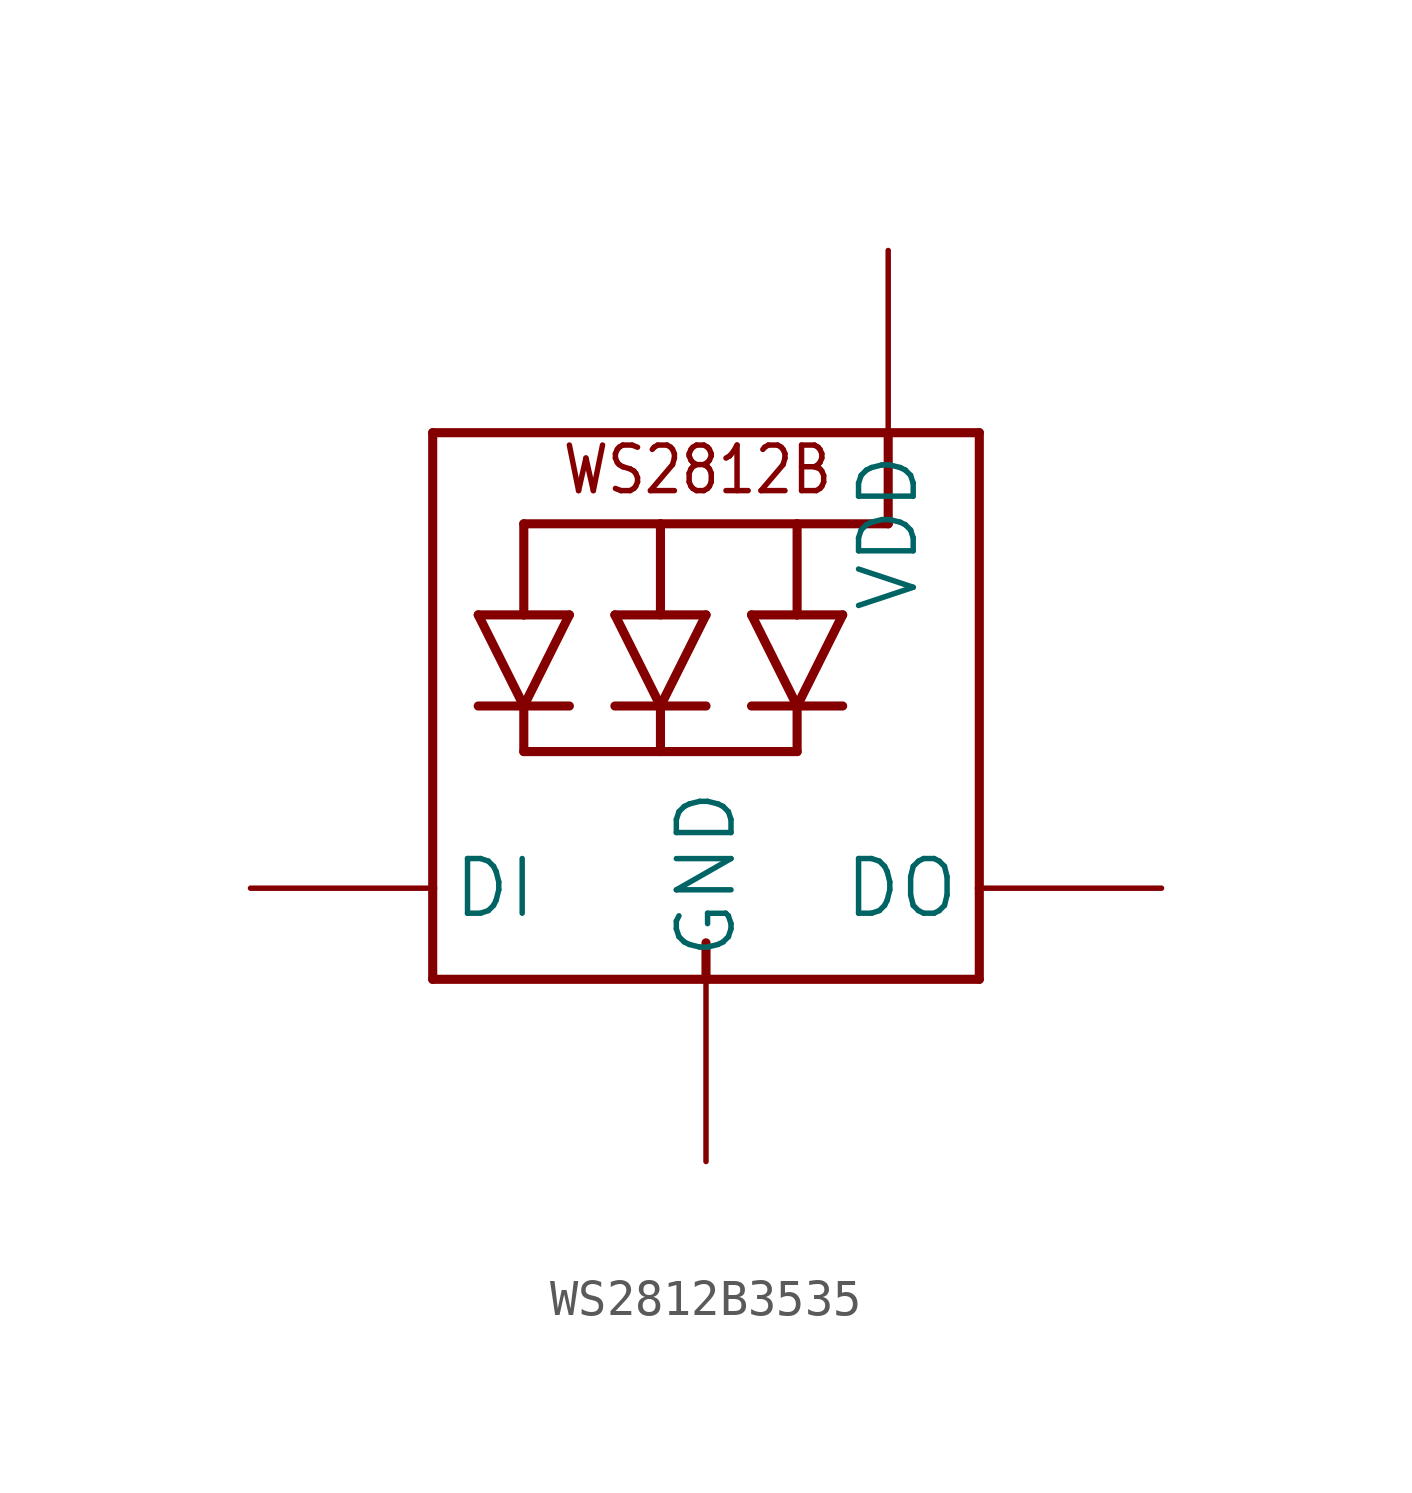
<source format=kicad_sym>
(kicad_symbol_lib
  (version 20241209)
  (generator "kicad_symbol_editor")
  (generator_version "9.0")
  (symbol "WS2812B3535"
    (property "Reference" "LED"
      (at 0 0 0)
      (effects (font (size 1.27 1.27)) (hide yes)))
    (property "ki_locked" ""
      (at 0 0 0)
      (effects (font (size 1.27 1.27))))
    (symbol "WS2812B3535_1_0"
      (polyline (pts (xy -7.62 10.16) (xy -7.62 -2.54)) (stroke (width 0.254) (type solid)) (fill (type none)))
      (polyline (pts (xy -7.62 -2.54) (xy -7.62 -5.08)) (stroke (width 0.254) (type solid)) (fill (type none)))
      (polyline (pts (xy -7.62 -5.08) (xy 0 -5.08)) (stroke (width 0.254) (type solid)) (fill (type none)))
      (polyline (pts (xy -6.35 5.08) (xy -5.08 5.08)) (stroke (width 0.254) (type solid)) (fill (type none)))
      (polyline (pts (xy -6.35 2.54) (xy -5.08 2.54)) (stroke (width 0.254) (type solid)) (fill (type none)))
      (polyline (pts (xy -5.08 7.62) (xy -5.08 5.08)) (stroke (width 0.254) (type solid)) (fill (type none)))
      (polyline (pts (xy -5.08 5.08) (xy -3.81 5.08)) (stroke (width 0.254) (type solid)) (fill (type none)))
      (polyline (pts (xy -5.08 2.54) (xy -6.35 5.08)) (stroke (width 0.254) (type solid)) (fill (type none)))
      (polyline (pts (xy -5.08 2.54) (xy -5.08 1.27)) (stroke (width 0.254) (type solid)) (fill (type none)))
      (polyline (pts (xy -5.08 2.54) (xy -3.81 5.08)) (stroke (width 0.254) (type solid)) (fill (type none)))
      (polyline (pts (xy -3.81 2.54) (xy -5.08 2.54)) (stroke (width 0.254) (type solid)) (fill (type none)))
      (polyline (pts (xy -2.54 5.08) (xy 0 5.08)) (stroke (width 0.254) (type solid)) (fill (type none)))
      (polyline (pts (xy -2.54 2.54) (xy -1.27 2.54)) (stroke (width 0.254) (type solid)) (fill (type none)))
      (polyline (pts (xy -1.27 7.62) (xy -5.08 7.62)) (stroke (width 0.254) (type solid)) (fill (type none)))
      (polyline (pts (xy -1.27 5.08) (xy -1.27 7.62)) (stroke (width 0.254) (type solid)) (fill (type none)))
      (polyline (pts (xy -1.27 2.54) (xy -2.54 5.08)) (stroke (width 0.254) (type solid)) (fill (type none)))
      (polyline (pts (xy -1.27 2.54) (xy -1.27 1.27)) (stroke (width 0.254) (type solid)) (fill (type none)))
      (polyline (pts (xy -1.27 2.54) (xy 0 2.54)) (stroke (width 0.254) (type solid)) (fill (type none)))
      (polyline (pts (xy -1.27 1.27) (xy -5.08 1.27)) (stroke (width 0.254) (type solid)) (fill (type none)))
      (polyline (pts (xy 0 5.08) (xy -1.27 2.54)) (stroke (width 0.254) (type solid)) (fill (type none)))
      (polyline (pts (xy 0 -4.064) (xy 0 -5.08)) (stroke (width 0.254) (type solid)) (fill (type none)))
      (polyline (pts (xy 0 -5.08) (xy 7.62 -5.08)) (stroke (width 0.254) (type solid)) (fill (type none)))
      (polyline (pts (xy 1.27 5.08) (xy 2.54 5.08)) (stroke (width 0.254) (type solid)) (fill (type none)))
      (polyline (pts (xy 1.27 5.08) (xy 2.54 2.54)) (stroke (width 0.254) (type solid)) (fill (type none)))
      (polyline (pts (xy 2.54 7.62) (xy -1.27 7.62)) (stroke (width 0.254) (type solid)) (fill (type none)))
      (polyline (pts (xy 2.54 7.62) (xy 5.08 7.62)) (stroke (width 0.254) (type solid)) (fill (type none)))
      (polyline (pts (xy 2.54 5.08) (xy 2.54 7.62)) (stroke (width 0.254) (type solid)) (fill (type none)))
      (polyline (pts (xy 2.54 2.54) (xy 1.27 2.54)) (stroke (width 0.254) (type solid)) (fill (type none)))
      (polyline (pts (xy 2.54 2.54) (xy 2.54 1.27)) (stroke (width 0.254) (type solid)) (fill (type none)))
      (polyline (pts (xy 2.54 2.54) (xy 3.81 5.08)) (stroke (width 0.254) (type solid)) (fill (type none)))
      (polyline (pts (xy 2.54 2.54) (xy 3.81 2.54)) (stroke (width 0.254) (type solid)) (fill (type none)))
      (polyline (pts (xy 2.54 1.27) (xy -1.27 1.27)) (stroke (width 0.254) (type solid)) (fill (type none)))
      (polyline (pts (xy 3.81 5.08) (xy 2.54 5.08)) (stroke (width 0.254) (type solid)) (fill (type none)))
      (polyline (pts (xy 5.08 10.16) (xy -7.62 10.16)) (stroke (width 0.254) (type solid)) (fill (type none)))
      (polyline (pts (xy 5.08 10.16) (xy 5.08 7.62)) (stroke (width 0.254) (type solid)) (fill (type none)))
      (polyline (pts (xy 7.62 10.16) (xy 5.08 10.16)) (stroke (width 0.254) (type solid)) (fill (type none)))
      (polyline (pts (xy 7.62 -2.54) (xy 7.62 10.16)) (stroke (width 0.254) (type solid)) (fill (type none)))
      (polyline (pts (xy 7.62 -5.08) (xy 7.62 -2.54)) (stroke (width 0.254) (type solid)) (fill (type none)))
      (text "WS2812B" (at -4.064 8.382 0) (effects (font (size 1.27 1.079)) (justify left bottom)))
      (pin input line (at -12.7 -2.54 0) (length 5.08) (name "DI" (effects (font (size 1.524 1.524)))) (number "1" (effects (font (size 0 0)))))
      (pin power_in line (at 0 -10.16 90) (length 5.08) (name "GND" (effects (font (size 1.524 1.524)))) (number "4" (effects (font (size 0 0)))))
      (pin power_in line (at 5.08 15.24 270) (length 5.08) (name "VDD" (effects (font (size 1.524 1.524)))) (number "2" (effects (font (size 0 0)))))
      (pin output line (at 12.7 -2.54 180) (length 5.08) (name "DO" (effects (font (size 1.524 1.524)))) (number "3" (effects (font (size 0 0))))))))
</source>
